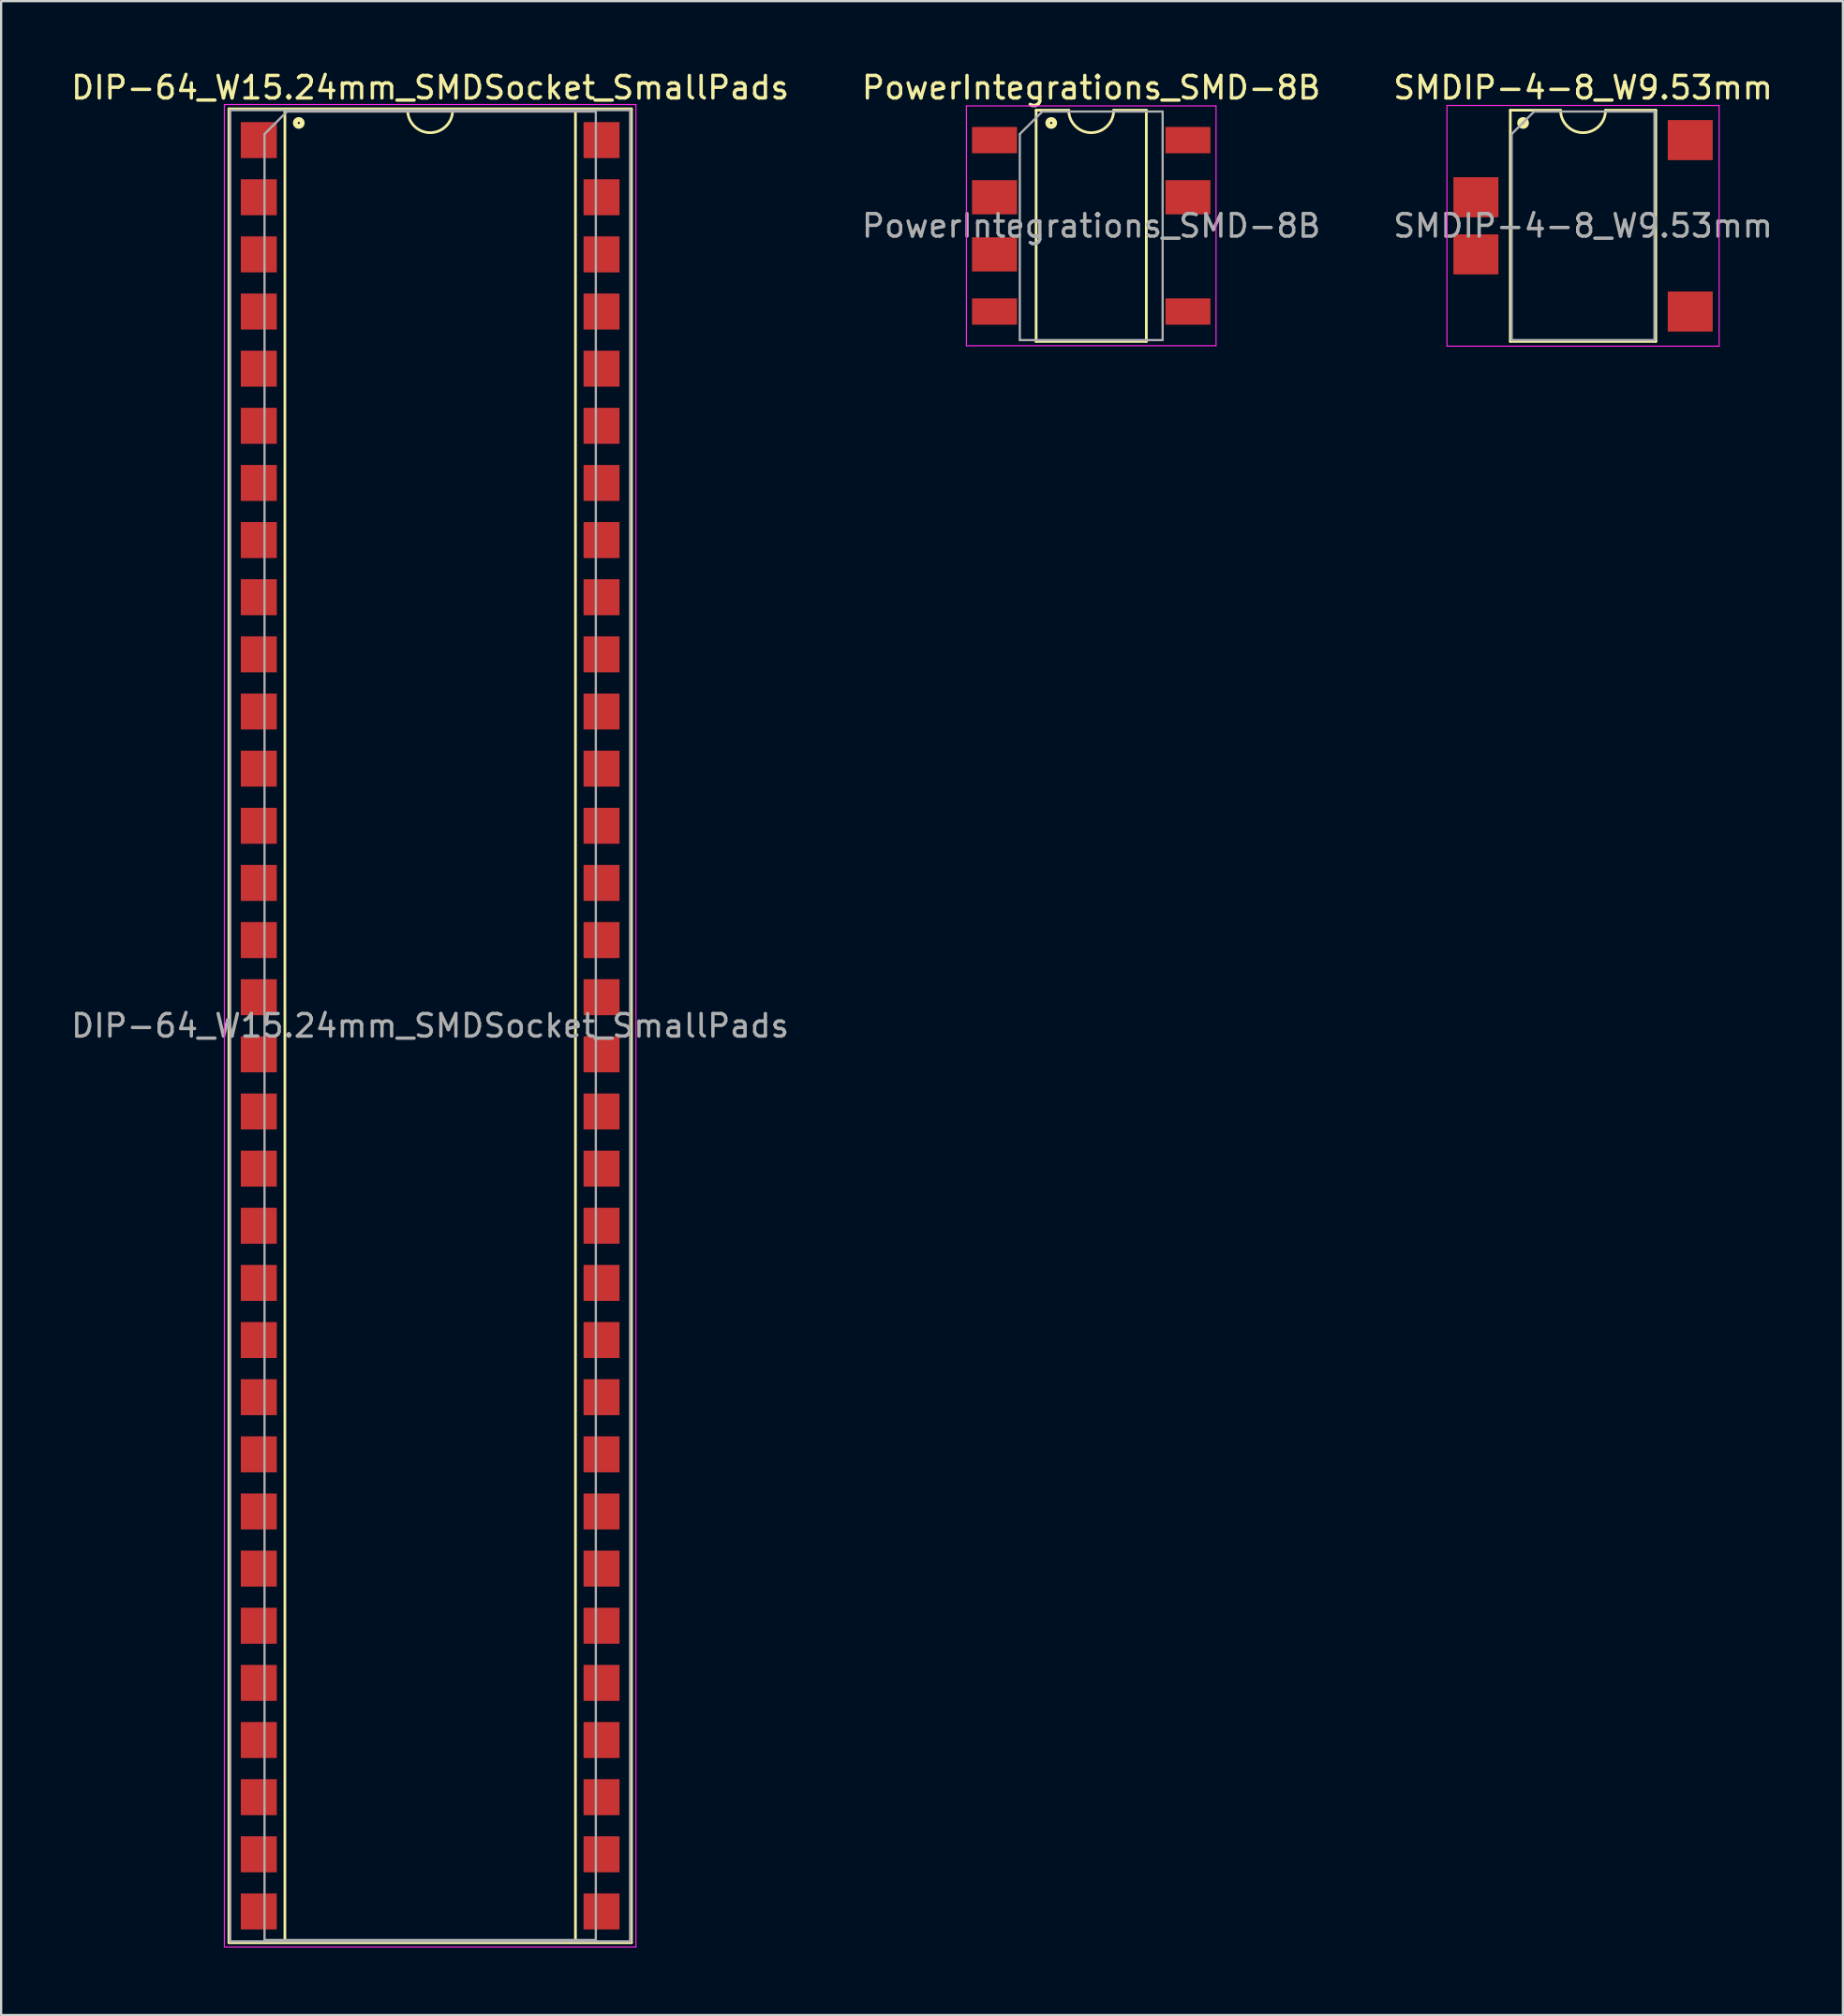
<source format=kicad_pcb>
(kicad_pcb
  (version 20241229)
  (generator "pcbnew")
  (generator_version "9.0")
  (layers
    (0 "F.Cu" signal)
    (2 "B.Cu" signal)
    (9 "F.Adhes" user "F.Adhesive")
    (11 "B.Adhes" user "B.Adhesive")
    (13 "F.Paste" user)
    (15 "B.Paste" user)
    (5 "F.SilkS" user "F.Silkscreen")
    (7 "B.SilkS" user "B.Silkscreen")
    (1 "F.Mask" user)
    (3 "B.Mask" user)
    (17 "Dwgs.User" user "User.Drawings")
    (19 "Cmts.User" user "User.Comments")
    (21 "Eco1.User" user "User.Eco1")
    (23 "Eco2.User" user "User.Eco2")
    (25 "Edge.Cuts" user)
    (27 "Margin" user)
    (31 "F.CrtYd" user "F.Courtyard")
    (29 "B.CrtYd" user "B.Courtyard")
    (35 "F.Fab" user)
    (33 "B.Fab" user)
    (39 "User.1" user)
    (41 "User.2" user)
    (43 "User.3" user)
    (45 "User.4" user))
  (footprint "PowerIntegrations_SMD-8B"
    (layer "F.Cu")
    (at 45.47 6.988)
    (property "Reference" "PowerIntegrations_SMD-8B" (at 0 -6.14 0) (layer "F.SilkS") (effects (font (size 1 1) (thickness 0.15))))
    (attr smd)
    (fp_line (start -2.45 -5.14) (end -2.45 5.14) (stroke (width 0.12) (type solid)) (layer "F.SilkS"))
    (fp_line (start -2.45 5.14) (end 2.45 5.14) (stroke (width 0.12) (type solid)) (layer "F.SilkS"))
    (fp_line (start -1 -5.14) (end -2.45 -5.14) (stroke (width 0.12) (type solid)) (layer "F.SilkS"))
    (fp_line (start 2.45 -5.14) (end 1 -5.14) (stroke (width 0.12) (type solid)) (layer "F.SilkS"))
    (fp_line (start 2.45 5.14) (end 2.45 -5.14) (stroke (width 0.12) (type solid)) (layer "F.SilkS"))
    (fp_arc (start 1 -5.14) (mid 0 -4.14) (end -1 -5.14) (stroke (width 0.12) (type solid)) (layer "F.SilkS"))
    (fp_circle (center -1.778 -4.572) (end -1.728 -4.572) (stroke (width 0.12) (type solid)) (fill no) (layer "F.SilkS"))
    (fp_circle (center -1.778 -4.572) (end -1.653 -4.572) (stroke (width 0.12) (type solid)) (fill no) (layer "F.SilkS"))
    (fp_circle (center -1.778 -4.572) (end -1.578 -4.572) (stroke (width 0.12) (type solid)) (fill no) (layer "F.SilkS"))
    (fp_line (start -5.55 -5.33) (end -5.55 5.33) (stroke (width 0.05) (type solid)) (layer "F.CrtYd"))
    (fp_line (start -5.55 -5.33) (end 5.55 -5.33) (stroke (width 0.05) (type solid)) (layer "F.CrtYd"))
    (fp_line (start 5.55 5.33) (end -5.55 5.33) (stroke (width 0.05) (type solid)) (layer "F.CrtYd"))
    (fp_line (start 5.55 5.33) (end 5.55 -5.33) (stroke (width 0.05) (type solid)) (layer "F.CrtYd"))
    (fp_line (start -3.175 -4.08) (end -2.175 -5.08) (stroke (width 0.1) (type solid)) (layer "F.Fab"))
    (fp_line (start -3.175 5.08) (end -3.175 -4.08) (stroke (width 0.1) (type solid)) (layer "F.Fab"))
    (fp_line (start -2.175 -5.08) (end 3.175 -5.08) (stroke (width 0.1) (type solid)) (layer "F.Fab"))
    (fp_line (start 3.175 -5.08) (end 3.175 5.08) (stroke (width 0.1) (type solid)) (layer "F.Fab"))
    (fp_line (start 3.175 5.08) (end -3.175 5.08) (stroke (width 0.1) (type solid)) (layer "F.Fab"))
    (fp_text user "${REFERENCE}" (at 0 0 0) (layer "F.Fab") (effects (font (size 1 1) (thickness 0.15))))
    (pad "1" smd rect (at -4.3 -3.81) (size 2 1.17) (layers "F.Cu" "F.Mask" "F.Paste"))
    (pad "2" smd rect (at -4.3 -1.27) (size 2 1.52) (layers "F.Cu" "F.Mask" "F.Paste"))
    (pad "3" smd rect (at -4.3 1.27) (size 2 1.52) (layers "F.Cu" "F.Mask" "F.Paste"))
    (pad "4" smd rect (at -4.3 3.81) (size 2 1.17) (layers "F.Cu" "F.Mask" "F.Paste"))
    (pad "5" smd rect (at 4.3 3.81) (size 2 1.17) (layers "F.Cu" "F.Mask" "F.Paste"))
    (pad "7" smd rect (at 4.3 -1.27) (size 2 1.52) (layers "F.Cu" "F.Mask" "F.Paste"))
    (pad "8" smd rect (at 4.3 -3.81) (size 2 1.17) (layers "F.Cu" "F.Mask" "F.Paste")))
  (footprint "SMDIP-4-8_W9.53mm"
    (layer "F.Cu")
    (at 67.339 6.988)
    (property "Reference" "SMDIP-4-8_W9.53mm" (at 0 -6.14 0) (layer "F.SilkS") (effects (font (size 1 1) (thickness 0.15))))
    (attr smd)
    (fp_line (start -3.235 -5.14) (end -3.235 5.14) (stroke (width 0.12) (type solid)) (layer "F.SilkS"))
    (fp_line (start -3.235 5.14) (end 3.235 5.14) (stroke (width 0.12) (type solid)) (layer "F.SilkS"))
    (fp_line (start -1 -5.14) (end -3.235 -5.14) (stroke (width 0.12) (type solid)) (layer "F.SilkS"))
    (fp_line (start 3.235 -5.14) (end 1 -5.14) (stroke (width 0.12) (type solid)) (layer "F.SilkS"))
    (fp_line (start 3.235 5.14) (end 3.235 -5.14) (stroke (width 0.12) (type solid)) (layer "F.SilkS"))
    (fp_arc (start 1 -5.14) (mid 0 -4.14) (end -1 -5.14) (stroke (width 0.12) (type solid)) (layer "F.SilkS"))
    (fp_circle (center -2.667 -4.572) (end -2.617 -4.572) (stroke (width 0.12) (type solid)) (fill no) (layer "F.SilkS"))
    (fp_circle (center -2.667 -4.572) (end -2.542 -4.572) (stroke (width 0.12) (type solid)) (fill no) (layer "F.SilkS"))
    (fp_circle (center -2.667 -4.572) (end -2.467 -4.572) (stroke (width 0.12) (type solid)) (fill no) (layer "F.SilkS"))
    (fp_line (start -6.05 -5.35) (end -6.05 5.35) (stroke (width 0.05) (type solid)) (layer "F.CrtYd"))
    (fp_line (start -6.05 5.35) (end 6.05 5.35) (stroke (width 0.05) (type solid)) (layer "F.CrtYd"))
    (fp_line (start 6.05 -5.35) (end -6.05 -5.35) (stroke (width 0.05) (type solid)) (layer "F.CrtYd"))
    (fp_line (start 6.05 5.35) (end 6.05 -5.35) (stroke (width 0.05) (type solid)) (layer "F.CrtYd"))
    (fp_line (start -3.175 -4.08) (end -2.175 -5.08) (stroke (width 0.1) (type solid)) (layer "F.Fab"))
    (fp_line (start -3.175 5.08) (end -3.175 -4.08) (stroke (width 0.1) (type solid)) (layer "F.Fab"))
    (fp_line (start -2.175 -5.08) (end 3.175 -5.08) (stroke (width 0.1) (type solid)) (layer "F.Fab"))
    (fp_line (start 3.175 -5.08) (end 3.175 5.08) (stroke (width 0.1) (type solid)) (layer "F.Fab"))
    (fp_line (start 3.175 5.08) (end -3.175 5.08) (stroke (width 0.1) (type solid)) (layer "F.Fab"))
    (fp_text user "${REFERENCE}" (at 0 0 0) (layer "F.Fab") (effects (font (size 1 1) (thickness 0.15))))
    (pad "2" smd rect (at -4.765 -1.27) (size 2 1.78) (layers "F.Cu" "F.Mask" "F.Paste"))
    (pad "3" smd rect (at -4.765 1.27) (size 2 1.78) (layers "F.Cu" "F.Mask" "F.Paste"))
    (pad "5" smd rect (at 4.765 3.81) (size 2 1.78) (layers "F.Cu" "F.Mask" "F.Paste"))
    (pad "8" smd rect (at 4.765 -3.81) (size 2 1.78) (layers "F.Cu" "F.Mask" "F.Paste")))
  (footprint "DIP-64_W15.24mm_SMDSocket_SmallPads"
    (layer "F.Cu")
    (at 16.077 42.548)
    (property "Reference" "DIP-64_W15.24mm_SMDSocket_SmallPads" (at 0 -41.7 0) (layer "F.SilkS") (effects (font (size 1 1) (thickness 0.15))))
    (attr smd)
    (fp_line (start -8.95 -40.76) (end -8.95 40.76) (stroke (width 0.12) (type solid)) (layer "F.SilkS"))
    (fp_line (start -8.95 40.76) (end 8.95 40.76) (stroke (width 0.12) (type solid)) (layer "F.SilkS"))
    (fp_line (start -6.46 -40.7) (end -6.46 40.7) (stroke (width 0.12) (type solid)) (layer "F.SilkS"))
    (fp_line (start -6.46 40.7) (end 6.46 40.7) (stroke (width 0.12) (type solid)) (layer "F.SilkS"))
    (fp_line (start -1 -40.7) (end -6.46 -40.7) (stroke (width 0.12) (type solid)) (layer "F.SilkS"))
    (fp_line (start 6.46 -40.7) (end 1 -40.7) (stroke (width 0.12) (type solid)) (layer "F.SilkS"))
    (fp_line (start 6.46 40.7) (end 6.46 -40.7) (stroke (width 0.12) (type solid)) (layer "F.SilkS"))
    (fp_line (start 8.95 -40.76) (end -8.95 -40.76) (stroke (width 0.12) (type solid)) (layer "F.SilkS"))
    (fp_line (start 8.95 40.76) (end 8.95 -40.76) (stroke (width 0.12) (type solid)) (layer "F.SilkS"))
    (fp_arc (start 1 -40.7) (mid 0 -39.7) (end -1 -40.7) (stroke (width 0.12) (type solid)) (layer "F.SilkS"))
    (fp_circle (center -5.842 -40.132) (end -5.792 -40.132) (stroke (width 0.12) (type solid)) (fill no) (layer "F.SilkS"))
    (fp_circle (center -5.842 -40.132) (end -5.717 -40.132) (stroke (width 0.12) (type solid)) (fill no) (layer "F.SilkS"))
    (fp_circle (center -5.842 -40.132) (end -5.642 -40.132) (stroke (width 0.12) (type solid)) (fill no) (layer "F.SilkS"))
    (fp_line (start -9.15 -40.95) (end -9.15 40.95) (stroke (width 0.05) (type solid)) (layer "F.CrtYd"))
    (fp_line (start -9.15 40.95) (end 9.15 40.95) (stroke (width 0.05) (type solid)) (layer "F.CrtYd"))
    (fp_line (start 9.15 -40.95) (end -9.15 -40.95) (stroke (width 0.05) (type solid)) (layer "F.CrtYd"))
    (fp_line (start 9.15 40.95) (end 9.15 -40.95) (stroke (width 0.05) (type solid)) (layer "F.CrtYd"))
    (fp_line (start -8.89 -40.7) (end -8.89 40.7) (stroke (width 0.1) (type solid)) (layer "F.Fab"))
    (fp_line (start -8.89 40.7) (end 8.89 40.7) (stroke (width 0.1) (type solid)) (layer "F.Fab"))
    (fp_line (start -7.365 -39.64) (end -6.365 -40.64) (stroke (width 0.1) (type solid)) (layer "F.Fab"))
    (fp_line (start -7.365 40.64) (end -7.365 -39.64) (stroke (width 0.1) (type solid)) (layer "F.Fab"))
    (fp_line (start -6.365 -40.64) (end 7.365 -40.64) (stroke (width 0.1) (type solid)) (layer "F.Fab"))
    (fp_line (start 7.365 -40.64) (end 7.365 40.64) (stroke (width 0.1) (type solid)) (layer "F.Fab"))
    (fp_line (start 7.365 40.64) (end -7.365 40.64) (stroke (width 0.1) (type solid)) (layer "F.Fab"))
    (fp_line (start 8.89 -40.7) (end -8.89 -40.7) (stroke (width 0.1) (type solid)) (layer "F.Fab"))
    (fp_line (start 8.89 40.7) (end 8.89 -40.7) (stroke (width 0.1) (type solid)) (layer "F.Fab"))
    (fp_text user "${REFERENCE}" (at 0 0 0) (layer "F.Fab") (effects (font (size 1 1) (thickness 0.15))))
    (pad "1" smd rect (at -7.62 -39.37) (size 1.6 1.6) (layers "F.Cu" "F.Mask" "F.Paste"))
    (pad "2" smd rect (at -7.62 -36.83) (size 1.6 1.6) (layers "F.Cu" "F.Mask" "F.Paste"))
    (pad "3" smd rect (at -7.62 -34.29) (size 1.6 1.6) (layers "F.Cu" "F.Mask" "F.Paste"))
    (pad "4" smd rect (at -7.62 -31.75) (size 1.6 1.6) (layers "F.Cu" "F.Mask" "F.Paste"))
    (pad "5" smd rect (at -7.62 -29.21) (size 1.6 1.6) (layers "F.Cu" "F.Mask" "F.Paste"))
    (pad "6" smd rect (at -7.62 -26.67) (size 1.6 1.6) (layers "F.Cu" "F.Mask" "F.Paste"))
    (pad "7" smd rect (at -7.62 -24.13) (size 1.6 1.6) (layers "F.Cu" "F.Mask" "F.Paste"))
    (pad "8" smd rect (at -7.62 -21.59) (size 1.6 1.6) (layers "F.Cu" "F.Mask" "F.Paste"))
    (pad "9" smd rect (at -7.62 -19.05) (size 1.6 1.6) (layers "F.Cu" "F.Mask" "F.Paste"))
    (pad "10" smd rect (at -7.62 -16.51) (size 1.6 1.6) (layers "F.Cu" "F.Mask" "F.Paste"))
    (pad "11" smd rect (at -7.62 -13.97) (size 1.6 1.6) (layers "F.Cu" "F.Mask" "F.Paste"))
    (pad "12" smd rect (at -7.62 -11.43) (size 1.6 1.6) (layers "F.Cu" "F.Mask" "F.Paste"))
    (pad "13" smd rect (at -7.62 -8.89) (size 1.6 1.6) (layers "F.Cu" "F.Mask" "F.Paste"))
    (pad "14" smd rect (at -7.62 -6.35) (size 1.6 1.6) (layers "F.Cu" "F.Mask" "F.Paste"))
    (pad "15" smd rect (at -7.62 -3.81) (size 1.6 1.6) (layers "F.Cu" "F.Mask" "F.Paste"))
    (pad "16" smd rect (at -7.62 -1.27) (size 1.6 1.6) (layers "F.Cu" "F.Mask" "F.Paste"))
    (pad "17" smd rect (at -7.62 1.27) (size 1.6 1.6) (layers "F.Cu" "F.Mask" "F.Paste"))
    (pad "18" smd rect (at -7.62 3.81) (size 1.6 1.6) (layers "F.Cu" "F.Mask" "F.Paste"))
    (pad "19" smd rect (at -7.62 6.35) (size 1.6 1.6) (layers "F.Cu" "F.Mask" "F.Paste"))
    (pad "20" smd rect (at -7.62 8.89) (size 1.6 1.6) (layers "F.Cu" "F.Mask" "F.Paste"))
    (pad "21" smd rect (at -7.62 11.43) (size 1.6 1.6) (layers "F.Cu" "F.Mask" "F.Paste"))
    (pad "22" smd rect (at -7.62 13.97) (size 1.6 1.6) (layers "F.Cu" "F.Mask" "F.Paste"))
    (pad "23" smd rect (at -7.62 16.51) (size 1.6 1.6) (layers "F.Cu" "F.Mask" "F.Paste"))
    (pad "24" smd rect (at -7.62 19.05) (size 1.6 1.6) (layers "F.Cu" "F.Mask" "F.Paste"))
    (pad "25" smd rect (at -7.62 21.59) (size 1.6 1.6) (layers "F.Cu" "F.Mask" "F.Paste"))
    (pad "26" smd rect (at -7.62 24.13) (size 1.6 1.6) (layers "F.Cu" "F.Mask" "F.Paste"))
    (pad "27" smd rect (at -7.62 26.67) (size 1.6 1.6) (layers "F.Cu" "F.Mask" "F.Paste"))
    (pad "28" smd rect (at -7.62 29.21) (size 1.6 1.6) (layers "F.Cu" "F.Mask" "F.Paste"))
    (pad "29" smd rect (at -7.62 31.75) (size 1.6 1.6) (layers "F.Cu" "F.Mask" "F.Paste"))
    (pad "30" smd rect (at -7.62 34.29) (size 1.6 1.6) (layers "F.Cu" "F.Mask" "F.Paste"))
    (pad "31" smd rect (at -7.62 36.83) (size 1.6 1.6) (layers "F.Cu" "F.Mask" "F.Paste"))
    (pad "32" smd rect (at -7.62 39.37) (size 1.6 1.6) (layers "F.Cu" "F.Mask" "F.Paste"))
    (pad "33" smd rect (at 7.62 39.37) (size 1.6 1.6) (layers "F.Cu" "F.Mask" "F.Paste"))
    (pad "34" smd rect (at 7.62 36.83) (size 1.6 1.6) (layers "F.Cu" "F.Mask" "F.Paste"))
    (pad "35" smd rect (at 7.62 34.29) (size 1.6 1.6) (layers "F.Cu" "F.Mask" "F.Paste"))
    (pad "36" smd rect (at 7.62 31.75) (size 1.6 1.6) (layers "F.Cu" "F.Mask" "F.Paste"))
    (pad "37" smd rect (at 7.62 29.21) (size 1.6 1.6) (layers "F.Cu" "F.Mask" "F.Paste"))
    (pad "38" smd rect (at 7.62 26.67) (size 1.6 1.6) (layers "F.Cu" "F.Mask" "F.Paste"))
    (pad "39" smd rect (at 7.62 24.13) (size 1.6 1.6) (layers "F.Cu" "F.Mask" "F.Paste"))
    (pad "40" smd rect (at 7.62 21.59) (size 1.6 1.6) (layers "F.Cu" "F.Mask" "F.Paste"))
    (pad "41" smd rect (at 7.62 19.05) (size 1.6 1.6) (layers "F.Cu" "F.Mask" "F.Paste"))
    (pad "42" smd rect (at 7.62 16.51) (size 1.6 1.6) (layers "F.Cu" "F.Mask" "F.Paste"))
    (pad "43" smd rect (at 7.62 13.97) (size 1.6 1.6) (layers "F.Cu" "F.Mask" "F.Paste"))
    (pad "44" smd rect (at 7.62 11.43) (size 1.6 1.6) (layers "F.Cu" "F.Mask" "F.Paste"))
    (pad "45" smd rect (at 7.62 8.89) (size 1.6 1.6) (layers "F.Cu" "F.Mask" "F.Paste"))
    (pad "46" smd rect (at 7.62 6.35) (size 1.6 1.6) (layers "F.Cu" "F.Mask" "F.Paste"))
    (pad "47" smd rect (at 7.62 3.81) (size 1.6 1.6) (layers "F.Cu" "F.Mask" "F.Paste"))
    (pad "48" smd rect (at 7.62 1.27) (size 1.6 1.6) (layers "F.Cu" "F.Mask" "F.Paste"))
    (pad "49" smd rect (at 7.62 -1.27) (size 1.6 1.6) (layers "F.Cu" "F.Mask" "F.Paste"))
    (pad "50" smd rect (at 7.62 -3.81) (size 1.6 1.6) (layers "F.Cu" "F.Mask" "F.Paste"))
    (pad "51" smd rect (at 7.62 -6.35) (size 1.6 1.6) (layers "F.Cu" "F.Mask" "F.Paste"))
    (pad "52" smd rect (at 7.62 -8.89) (size 1.6 1.6) (layers "F.Cu" "F.Mask" "F.Paste"))
    (pad "53" smd rect (at 7.62 -11.43) (size 1.6 1.6) (layers "F.Cu" "F.Mask" "F.Paste"))
    (pad "54" smd rect (at 7.62 -13.97) (size 1.6 1.6) (layers "F.Cu" "F.Mask" "F.Paste"))
    (pad "55" smd rect (at 7.62 -16.51) (size 1.6 1.6) (layers "F.Cu" "F.Mask" "F.Paste"))
    (pad "56" smd rect (at 7.62 -19.05) (size 1.6 1.6) (layers "F.Cu" "F.Mask" "F.Paste"))
    (pad "57" smd rect (at 7.62 -21.59) (size 1.6 1.6) (layers "F.Cu" "F.Mask" "F.Paste"))
    (pad "58" smd rect (at 7.62 -24.13) (size 1.6 1.6) (layers "F.Cu" "F.Mask" "F.Paste"))
    (pad "59" smd rect (at 7.62 -26.67) (size 1.6 1.6) (layers "F.Cu" "F.Mask" "F.Paste"))
    (pad "60" smd rect (at 7.62 -29.21) (size 1.6 1.6) (layers "F.Cu" "F.Mask" "F.Paste"))
    (pad "61" smd rect (at 7.62 -31.75) (size 1.6 1.6) (layers "F.Cu" "F.Mask" "F.Paste"))
    (pad "62" smd rect (at 7.62 -34.29) (size 1.6 1.6) (layers "F.Cu" "F.Mask" "F.Paste"))
    (pad "63" smd rect (at 7.62 -36.83) (size 1.6 1.6) (layers "F.Cu" "F.Mask" "F.Paste"))
    (pad "64" smd rect (at 7.62 -39.37) (size 1.6 1.6) (layers "F.Cu" "F.Mask" "F.Paste")))
  (gr_rect
    (start -3 -3)
    (end 78.893 86.523)
    (stroke (width 0.1) (type default))
    (fill no)
    (layer "Edge.Cuts")))
</source>
